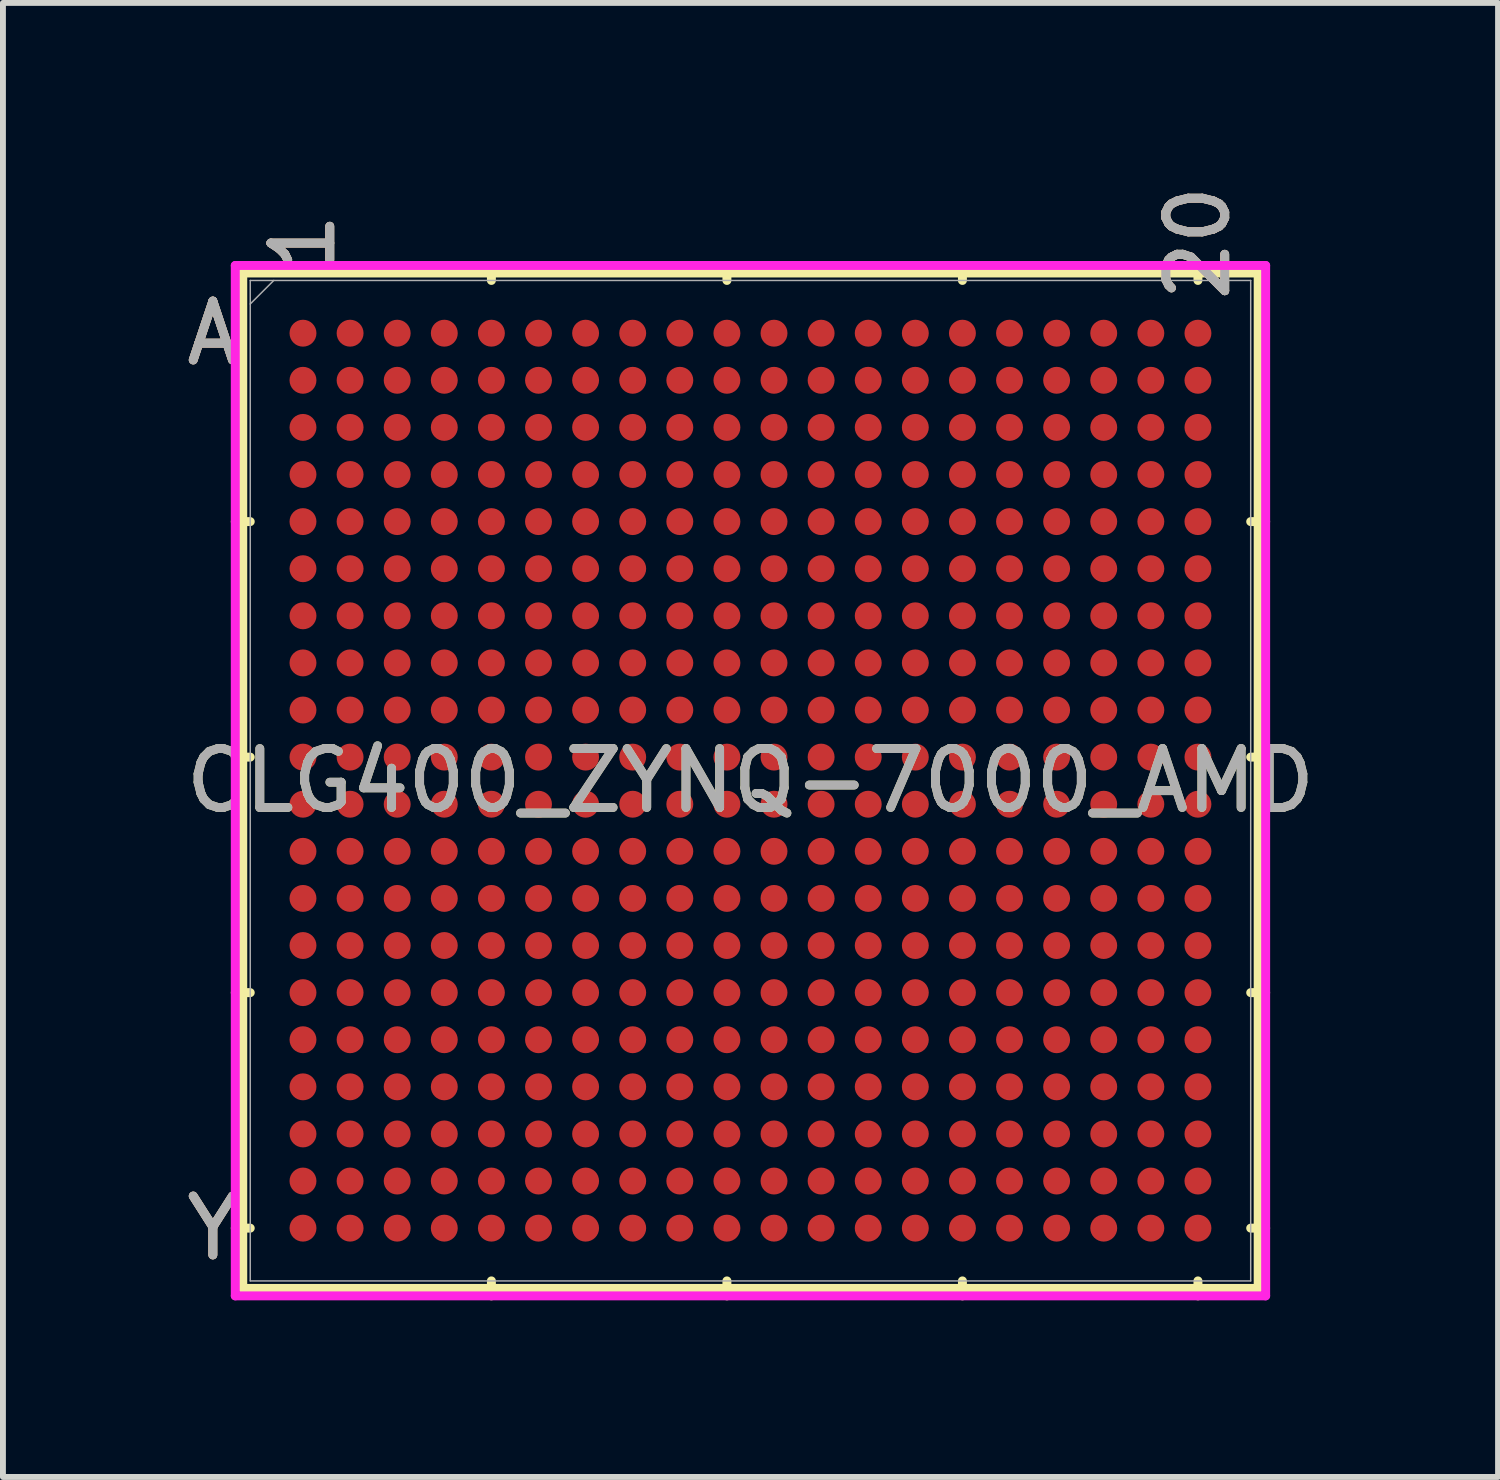
<source format=kicad_pcb>
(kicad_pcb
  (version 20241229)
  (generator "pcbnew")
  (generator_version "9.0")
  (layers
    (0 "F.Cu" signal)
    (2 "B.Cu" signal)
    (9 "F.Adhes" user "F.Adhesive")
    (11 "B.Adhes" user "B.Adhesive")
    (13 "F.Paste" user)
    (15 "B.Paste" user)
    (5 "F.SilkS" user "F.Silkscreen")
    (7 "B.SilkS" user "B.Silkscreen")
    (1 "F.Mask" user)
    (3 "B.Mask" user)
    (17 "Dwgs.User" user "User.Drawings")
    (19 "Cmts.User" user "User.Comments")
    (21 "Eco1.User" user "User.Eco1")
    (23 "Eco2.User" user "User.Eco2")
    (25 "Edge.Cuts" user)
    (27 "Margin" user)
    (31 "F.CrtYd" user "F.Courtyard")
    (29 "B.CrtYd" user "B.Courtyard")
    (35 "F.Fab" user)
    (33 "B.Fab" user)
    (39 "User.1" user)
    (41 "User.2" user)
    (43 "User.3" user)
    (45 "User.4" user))
  (footprint "CLG400_ZYNQ-7000_AMD"
    (layer "F.Cu")
    (at 9.696 10.209)
    (property "Reference" "CLG400_ZYNQ-7000_AMD" (at 0 0 0) (unlocked yes) (layer "F.SilkS") (effects (font (size 1 1) (thickness 0.15))))
    (attr smd)
    (fp_line (start -8.623 -8.623) (end -8.623 8.623) (stroke (width 0.152) (type solid)) (layer "F.SilkS"))
    (fp_line (start -8.623 8.623) (end 8.623 8.623) (stroke (width 0.152) (type solid)) (layer "F.SilkS"))
    (fp_line (start -8.496 -4.4) (end -8.75 -4.4) (stroke (width 0.152) (type solid)) (layer "F.SilkS"))
    (fp_line (start -8.496 -0.4) (end -8.75 -0.4) (stroke (width 0.152) (type solid)) (layer "F.SilkS"))
    (fp_line (start -8.496 3.6) (end -8.75 3.6) (stroke (width 0.152) (type solid)) (layer "F.SilkS"))
    (fp_line (start -8.496 7.6) (end -8.75 7.6) (stroke (width 0.152) (type solid)) (layer "F.SilkS"))
    (fp_line (start -4.4 -8.496) (end -4.4 -8.75) (stroke (width 0.152) (type solid)) (layer "F.SilkS"))
    (fp_line (start -4.4 8.496) (end -4.4 8.75) (stroke (width 0.152) (type solid)) (layer "F.SilkS"))
    (fp_line (start -0.4 -8.496) (end -0.4 -8.75) (stroke (width 0.152) (type solid)) (layer "F.SilkS"))
    (fp_line (start -0.4 8.496) (end -0.4 8.75) (stroke (width 0.152) (type solid)) (layer "F.SilkS"))
    (fp_line (start 3.6 -8.496) (end 3.6 -8.75) (stroke (width 0.152) (type solid)) (layer "F.SilkS"))
    (fp_line (start 3.6 8.496) (end 3.6 8.75) (stroke (width 0.152) (type solid)) (layer "F.SilkS"))
    (fp_line (start 7.6 -8.496) (end 7.6 -8.75) (stroke (width 0.152) (type solid)) (layer "F.SilkS"))
    (fp_line (start 7.6 8.496) (end 7.6 8.75) (stroke (width 0.152) (type solid)) (layer "F.SilkS"))
    (fp_line (start 8.496 -4.4) (end 8.75 -4.4) (stroke (width 0.152) (type solid)) (layer "F.SilkS"))
    (fp_line (start 8.496 -0.4) (end 8.75 -0.4) (stroke (width 0.152) (type solid)) (layer "F.SilkS"))
    (fp_line (start 8.496 3.6) (end 8.75 3.6) (stroke (width 0.152) (type solid)) (layer "F.SilkS"))
    (fp_line (start 8.496 7.6) (end 8.75 7.6) (stroke (width 0.152) (type solid)) (layer "F.SilkS"))
    (fp_line (start 8.623 -8.623) (end -8.623 -8.623) (stroke (width 0.152) (type solid)) (layer "F.SilkS"))
    (fp_line (start 8.623 8.623) (end 8.623 -8.623) (stroke (width 0.152) (type solid)) (layer "F.SilkS"))
    (fp_poly (pts (xy -8.444 -8.444) (xy 8.444 -8.444) (xy 8.444 8.444) (xy -8.444 8.444)) (stroke (width 0.1) (type solid)) (fill no) (layer "Eco2.User"))
    (fp_line (start -8.75 -8.75) (end 8.75 -8.75) (stroke (width 0.152) (type solid)) (layer "F.CrtYd"))
    (fp_line (start -8.75 8.75) (end -8.75 -8.75) (stroke (width 0.152) (type solid)) (layer "F.CrtYd"))
    (fp_line (start 8.75 -8.75) (end 8.75 8.75) (stroke (width 0.152) (type solid)) (layer "F.CrtYd"))
    (fp_line (start 8.75 8.75) (end -8.75 8.75) (stroke (width 0.152) (type solid)) (layer "F.CrtYd"))
    (fp_line (start -8.496 -8.496) (end -8.496 8.496) (stroke (width 0.025) (type solid)) (layer "F.Fab"))
    (fp_line (start -8.496 8.496) (end 8.496 8.496) (stroke (width 0.025) (type solid)) (layer "F.Fab"))
    (fp_line (start -8.096 -8.496) (end -8.496 -8.096) (stroke (width 0.025) (type solid)) (layer "F.Fab"))
    (fp_line (start 8.496 -8.496) (end -8.496 -8.496) (stroke (width 0.025) (type solid)) (layer "F.Fab"))
    (fp_line (start 8.496 8.496) (end 8.496 -8.496) (stroke (width 0.025) (type solid)) (layer "F.Fab"))
    (fp_text user "20" (at 7.6 -9.131 90) (unlocked yes) (layer "F.SilkS") (effects (font (size 1 1) (thickness 0.15))))
    (fp_text user "A" (at -9.131 -7.6 0) (unlocked yes) (layer "F.SilkS") (effects (font (size 1 1) (thickness 0.15))))
    (fp_text user "Y" (at -9.131 7.6 0) (unlocked yes) (layer "F.SilkS") (effects (font (size 1 1) (thickness 0.15))))
    (fp_text user "1" (at -7.6 -9.131 90) (unlocked yes) (layer "F.SilkS") (effects (font (size 1 1) (thickness 0.15))))
    (fp_text user "Y" (at -9.131 7.6 0) (unlocked yes) (layer "B.SilkS") (effects (font (size 1 1) (thickness 0.15))))
    (fp_text user "A" (at -9.131 -7.6 0) (unlocked yes) (layer "B.SilkS") (effects (font (size 1 1) (thickness 0.15))))
    (fp_text user "1" (at -7.6 -9.131 90) (unlocked yes) (layer "B.SilkS") (effects (font (size 1 1) (thickness 0.15))))
    (fp_text user "20" (at 7.6 -9.131 90) (unlocked yes) (layer "B.SilkS") (effects (font (size 1 1) (thickness 0.15))))
    (fp_text user "Y" (at -9.131 7.6 0) (unlocked yes) (layer "F.Fab") (effects (font (size 1 1) (thickness 0.15))))
    (fp_text user "${REFERENCE}" (at 0 0 0) (unlocked yes) (layer "F.Fab") (effects (font (size 1 1) (thickness 0.15))))
    (fp_text user "1" (at -7.6 -9.131 90) (unlocked yes) (layer "F.Fab") (effects (font (size 1 1) (thickness 0.15))))
    (fp_text user "20" (at 7.6 -9.131 90) (unlocked yes) (layer "F.Fab") (effects (font (size 1 1) (thickness 0.15))))
    (fp_text user "A" (at -9.131 -7.6 0) (unlocked yes) (layer "F.Fab") (effects (font (size 1 1) (thickness 0.15))))
    (pad "A1" smd circle (at -7.6 -7.6) (size 0.457 0.457) (layers "F.Cu" "F.Mask" "F.Paste"))
    (pad "A2" smd circle (at -6.8 -7.6) (size 0.457 0.457) (layers "F.Cu" "F.Mask" "F.Paste"))
    (pad "A3" smd circle (at -6 -7.6) (size 0.457 0.457) (layers "F.Cu" "F.Mask" "F.Paste"))
    (pad "A4" smd circle (at -5.2 -7.6) (size 0.457 0.457) (layers "F.Cu" "F.Mask" "F.Paste"))
    (pad "A5" smd circle (at -4.4 -7.6) (size 0.457 0.457) (layers "F.Cu" "F.Mask" "F.Paste"))
    (pad "A6" smd circle (at -3.6 -7.6) (size 0.457 0.457) (layers "F.Cu" "F.Mask" "F.Paste"))
    (pad "A7" smd circle (at -2.8 -7.6) (size 0.457 0.457) (layers "F.Cu" "F.Mask" "F.Paste"))
    (pad "A8" smd circle (at -2 -7.6) (size 0.457 0.457) (layers "F.Cu" "F.Mask" "F.Paste"))
    (pad "A9" smd circle (at -1.2 -7.6) (size 0.457 0.457) (layers "F.Cu" "F.Mask" "F.Paste"))
    (pad "A10" smd circle (at -0.4 -7.6) (size 0.457 0.457) (layers "F.Cu" "F.Mask" "F.Paste"))
    (pad "A11" smd circle (at 0.4 -7.6) (size 0.457 0.457) (layers "F.Cu" "F.Mask" "F.Paste"))
    (pad "A12" smd circle (at 1.2 -7.6) (size 0.457 0.457) (layers "F.Cu" "F.Mask" "F.Paste"))
    (pad "A13" smd circle (at 2 -7.6) (size 0.457 0.457) (layers "F.Cu" "F.Mask" "F.Paste"))
    (pad "A14" smd circle (at 2.8 -7.6) (size 0.457 0.457) (layers "F.Cu" "F.Mask" "F.Paste"))
    (pad "A15" smd circle (at 3.6 -7.6) (size 0.457 0.457) (layers "F.Cu" "F.Mask" "F.Paste"))
    (pad "A16" smd circle (at 4.4 -7.6) (size 0.457 0.457) (layers "F.Cu" "F.Mask" "F.Paste"))
    (pad "A17" smd circle (at 5.2 -7.6) (size 0.457 0.457) (layers "F.Cu" "F.Mask" "F.Paste"))
    (pad "A18" smd circle (at 6 -7.6) (size 0.457 0.457) (layers "F.Cu" "F.Mask" "F.Paste"))
    (pad "A19" smd circle (at 6.8 -7.6) (size 0.457 0.457) (layers "F.Cu" "F.Mask" "F.Paste"))
    (pad "A20" smd circle (at 7.6 -7.6) (size 0.457 0.457) (layers "F.Cu" "F.Mask" "F.Paste"))
    (pad "B1" smd circle (at -7.6 -6.8) (size 0.457 0.457) (layers "F.Cu" "F.Mask" "F.Paste"))
    (pad "B2" smd circle (at -6.8 -6.8) (size 0.457 0.457) (layers "F.Cu" "F.Mask" "F.Paste"))
    (pad "B3" smd circle (at -6 -6.8) (size 0.457 0.457) (layers "F.Cu" "F.Mask" "F.Paste"))
    (pad "B4" smd circle (at -5.2 -6.8) (size 0.457 0.457) (layers "F.Cu" "F.Mask" "F.Paste"))
    (pad "B5" smd circle (at -4.4 -6.8) (size 0.457 0.457) (layers "F.Cu" "F.Mask" "F.Paste"))
    (pad "B6" smd circle (at -3.6 -6.8) (size 0.457 0.457) (layers "F.Cu" "F.Mask" "F.Paste"))
    (pad "B7" smd circle (at -2.8 -6.8) (size 0.457 0.457) (layers "F.Cu" "F.Mask" "F.Paste"))
    (pad "B8" smd circle (at -2 -6.8) (size 0.457 0.457) (layers "F.Cu" "F.Mask" "F.Paste"))
    (pad "B9" smd circle (at -1.2 -6.8) (size 0.457 0.457) (layers "F.Cu" "F.Mask" "F.Paste"))
    (pad "B10" smd circle (at -0.4 -6.8) (size 0.457 0.457) (layers "F.Cu" "F.Mask" "F.Paste"))
    (pad "B11" smd circle (at 0.4 -6.8) (size 0.457 0.457) (layers "F.Cu" "F.Mask" "F.Paste"))
    (pad "B12" smd circle (at 1.2 -6.8) (size 0.457 0.457) (layers "F.Cu" "F.Mask" "F.Paste"))
    (pad "B13" smd circle (at 2 -6.8) (size 0.457 0.457) (layers "F.Cu" "F.Mask" "F.Paste"))
    (pad "B14" smd circle (at 2.8 -6.8) (size 0.457 0.457) (layers "F.Cu" "F.Mask" "F.Paste"))
    (pad "B15" smd circle (at 3.6 -6.8) (size 0.457 0.457) (layers "F.Cu" "F.Mask" "F.Paste"))
    (pad "B16" smd circle (at 4.4 -6.8) (size 0.457 0.457) (layers "F.Cu" "F.Mask" "F.Paste"))
    (pad "B17" smd circle (at 5.2 -6.8) (size 0.457 0.457) (layers "F.Cu" "F.Mask" "F.Paste"))
    (pad "B18" smd circle (at 6 -6.8) (size 0.457 0.457) (layers "F.Cu" "F.Mask" "F.Paste"))
    (pad "B19" smd circle (at 6.8 -6.8) (size 0.457 0.457) (layers "F.Cu" "F.Mask" "F.Paste"))
    (pad "B20" smd circle (at 7.6 -6.8) (size 0.457 0.457) (layers "F.Cu" "F.Mask" "F.Paste"))
    (pad "C1" smd circle (at -7.6 -6) (size 0.457 0.457) (layers "F.Cu" "F.Mask" "F.Paste"))
    (pad "C2" smd circle (at -6.8 -6) (size 0.457 0.457) (layers "F.Cu" "F.Mask" "F.Paste"))
    (pad "C3" smd circle (at -6 -6) (size 0.457 0.457) (layers "F.Cu" "F.Mask" "F.Paste"))
    (pad "C4" smd circle (at -5.2 -6) (size 0.457 0.457) (layers "F.Cu" "F.Mask" "F.Paste"))
    (pad "C5" smd circle (at -4.4 -6) (size 0.457 0.457) (layers "F.Cu" "F.Mask" "F.Paste"))
    (pad "C6" smd circle (at -3.6 -6) (size 0.457 0.457) (layers "F.Cu" "F.Mask" "F.Paste"))
    (pad "C7" smd circle (at -2.8 -6) (size 0.457 0.457) (layers "F.Cu" "F.Mask" "F.Paste"))
    (pad "C8" smd circle (at -2 -6) (size 0.457 0.457) (layers "F.Cu" "F.Mask" "F.Paste"))
    (pad "C9" smd circle (at -1.2 -6) (size 0.457 0.457) (layers "F.Cu" "F.Mask" "F.Paste"))
    (pad "C10" smd circle (at -0.4 -6) (size 0.457 0.457) (layers "F.Cu" "F.Mask" "F.Paste"))
    (pad "C11" smd circle (at 0.4 -6) (size 0.457 0.457) (layers "F.Cu" "F.Mask" "F.Paste"))
    (pad "C12" smd circle (at 1.2 -6) (size 0.457 0.457) (layers "F.Cu" "F.Mask" "F.Paste"))
    (pad "C13" smd circle (at 2 -6) (size 0.457 0.457) (layers "F.Cu" "F.Mask" "F.Paste"))
    (pad "C14" smd circle (at 2.8 -6) (size 0.457 0.457) (layers "F.Cu" "F.Mask" "F.Paste"))
    (pad "C15" smd circle (at 3.6 -6) (size 0.457 0.457) (layers "F.Cu" "F.Mask" "F.Paste"))
    (pad "C16" smd circle (at 4.4 -6) (size 0.457 0.457) (layers "F.Cu" "F.Mask" "F.Paste"))
    (pad "C17" smd circle (at 5.2 -6) (size 0.457 0.457) (layers "F.Cu" "F.Mask" "F.Paste"))
    (pad "C18" smd circle (at 6 -6) (size 0.457 0.457) (layers "F.Cu" "F.Mask" "F.Paste"))
    (pad "C19" smd circle (at 6.8 -6) (size 0.457 0.457) (layers "F.Cu" "F.Mask" "F.Paste"))
    (pad "C20" smd circle (at 7.6 -6) (size 0.457 0.457) (layers "F.Cu" "F.Mask" "F.Paste"))
    (pad "D1" smd circle (at -7.6 -5.2) (size 0.457 0.457) (layers "F.Cu" "F.Mask" "F.Paste"))
    (pad "D2" smd circle (at -6.8 -5.2) (size 0.457 0.457) (layers "F.Cu" "F.Mask" "F.Paste"))
    (pad "D3" smd circle (at -6 -5.2) (size 0.457 0.457) (layers "F.Cu" "F.Mask" "F.Paste"))
    (pad "D4" smd circle (at -5.2 -5.2) (size 0.457 0.457) (layers "F.Cu" "F.Mask" "F.Paste"))
    (pad "D5" smd circle (at -4.4 -5.2) (size 0.457 0.457) (layers "F.Cu" "F.Mask" "F.Paste"))
    (pad "D6" smd circle (at -3.6 -5.2) (size 0.457 0.457) (layers "F.Cu" "F.Mask" "F.Paste"))
    (pad "D7" smd circle (at -2.8 -5.2) (size 0.457 0.457) (layers "F.Cu" "F.Mask" "F.Paste"))
    (pad "D8" smd circle (at -2 -5.2) (size 0.457 0.457) (layers "F.Cu" "F.Mask" "F.Paste"))
    (pad "D9" smd circle (at -1.2 -5.2) (size 0.457 0.457) (layers "F.Cu" "F.Mask" "F.Paste"))
    (pad "D10" smd circle (at -0.4 -5.2) (size 0.457 0.457) (layers "F.Cu" "F.Mask" "F.Paste"))
    (pad "D11" smd circle (at 0.4 -5.2) (size 0.457 0.457) (layers "F.Cu" "F.Mask" "F.Paste"))
    (pad "D12" smd circle (at 1.2 -5.2) (size 0.457 0.457) (layers "F.Cu" "F.Mask" "F.Paste"))
    (pad "D13" smd circle (at 2 -5.2) (size 0.457 0.457) (layers "F.Cu" "F.Mask" "F.Paste"))
    (pad "D14" smd circle (at 2.8 -5.2) (size 0.457 0.457) (layers "F.Cu" "F.Mask" "F.Paste"))
    (pad "D15" smd circle (at 3.6 -5.2) (size 0.457 0.457) (layers "F.Cu" "F.Mask" "F.Paste"))
    (pad "D16" smd circle (at 4.4 -5.2) (size 0.457 0.457) (layers "F.Cu" "F.Mask" "F.Paste"))
    (pad "D17" smd circle (at 5.2 -5.2) (size 0.457 0.457) (layers "F.Cu" "F.Mask" "F.Paste"))
    (pad "D18" smd circle (at 6 -5.2) (size 0.457 0.457) (layers "F.Cu" "F.Mask" "F.Paste"))
    (pad "D19" smd circle (at 6.8 -5.2) (size 0.457 0.457) (layers "F.Cu" "F.Mask" "F.Paste"))
    (pad "D20" smd circle (at 7.6 -5.2) (size 0.457 0.457) (layers "F.Cu" "F.Mask" "F.Paste"))
    (pad "E1" smd circle (at -7.6 -4.4) (size 0.457 0.457) (layers "F.Cu" "F.Mask" "F.Paste"))
    (pad "E2" smd circle (at -6.8 -4.4) (size 0.457 0.457) (layers "F.Cu" "F.Mask" "F.Paste"))
    (pad "E3" smd circle (at -6 -4.4) (size 0.457 0.457) (layers "F.Cu" "F.Mask" "F.Paste"))
    (pad "E4" smd circle (at -5.2 -4.4) (size 0.457 0.457) (layers "F.Cu" "F.Mask" "F.Paste"))
    (pad "E5" smd circle (at -4.4 -4.4) (size 0.457 0.457) (layers "F.Cu" "F.Mask" "F.Paste"))
    (pad "E6" smd circle (at -3.6 -4.4) (size 0.457 0.457) (layers "F.Cu" "F.Mask" "F.Paste"))
    (pad "E7" smd circle (at -2.8 -4.4) (size 0.457 0.457) (layers "F.Cu" "F.Mask" "F.Paste"))
    (pad "E8" smd circle (at -2 -4.4) (size 0.457 0.457) (layers "F.Cu" "F.Mask" "F.Paste"))
    (pad "E9" smd circle (at -1.2 -4.4) (size 0.457 0.457) (layers "F.Cu" "F.Mask" "F.Paste"))
    (pad "E10" smd circle (at -0.4 -4.4) (size 0.457 0.457) (layers "F.Cu" "F.Mask" "F.Paste"))
    (pad "E11" smd circle (at 0.4 -4.4) (size 0.457 0.457) (layers "F.Cu" "F.Mask" "F.Paste"))
    (pad "E12" smd circle (at 1.2 -4.4) (size 0.457 0.457) (layers "F.Cu" "F.Mask" "F.Paste"))
    (pad "E13" smd circle (at 2 -4.4) (size 0.457 0.457) (layers "F.Cu" "F.Mask" "F.Paste"))
    (pad "E14" smd circle (at 2.8 -4.4) (size 0.457 0.457) (layers "F.Cu" "F.Mask" "F.Paste"))
    (pad "E15" smd circle (at 3.6 -4.4) (size 0.457 0.457) (layers "F.Cu" "F.Mask" "F.Paste"))
    (pad "E16" smd circle (at 4.4 -4.4) (size 0.457 0.457) (layers "F.Cu" "F.Mask" "F.Paste"))
    (pad "E17" smd circle (at 5.2 -4.4) (size 0.457 0.457) (layers "F.Cu" "F.Mask" "F.Paste"))
    (pad "E18" smd circle (at 6 -4.4) (size 0.457 0.457) (layers "F.Cu" "F.Mask" "F.Paste"))
    (pad "E19" smd circle (at 6.8 -4.4) (size 0.457 0.457) (layers "F.Cu" "F.Mask" "F.Paste"))
    (pad "E20" smd circle (at 7.6 -4.4) (size 0.457 0.457) (layers "F.Cu" "F.Mask" "F.Paste"))
    (pad "F1" smd circle (at -7.6 -3.6) (size 0.457 0.457) (layers "F.Cu" "F.Mask" "F.Paste"))
    (pad "F2" smd circle (at -6.8 -3.6) (size 0.457 0.457) (layers "F.Cu" "F.Mask" "F.Paste"))
    (pad "F3" smd circle (at -6 -3.6) (size 0.457 0.457) (layers "F.Cu" "F.Mask" "F.Paste"))
    (pad "F4" smd circle (at -5.2 -3.6) (size 0.457 0.457) (layers "F.Cu" "F.Mask" "F.Paste"))
    (pad "F5" smd circle (at -4.4 -3.6) (size 0.457 0.457) (layers "F.Cu" "F.Mask" "F.Paste"))
    (pad "F6" smd circle (at -3.6 -3.6) (size 0.457 0.457) (layers "F.Cu" "F.Mask" "F.Paste"))
    (pad "F7" smd circle (at -2.8 -3.6) (size 0.457 0.457) (layers "F.Cu" "F.Mask" "F.Paste"))
    (pad "F8" smd circle (at -2 -3.6) (size 0.457 0.457) (layers "F.Cu" "F.Mask" "F.Paste"))
    (pad "F9" smd circle (at -1.2 -3.6) (size 0.457 0.457) (layers "F.Cu" "F.Mask" "F.Paste"))
    (pad "F10" smd circle (at -0.4 -3.6) (size 0.457 0.457) (layers "F.Cu" "F.Mask" "F.Paste"))
    (pad "F11" smd circle (at 0.4 -3.6) (size 0.457 0.457) (layers "F.Cu" "F.Mask" "F.Paste"))
    (pad "F12" smd circle (at 1.2 -3.6) (size 0.457 0.457) (layers "F.Cu" "F.Mask" "F.Paste"))
    (pad "F13" smd circle (at 2 -3.6) (size 0.457 0.457) (layers "F.Cu" "F.Mask" "F.Paste"))
    (pad "F14" smd circle (at 2.8 -3.6) (size 0.457 0.457) (layers "F.Cu" "F.Mask" "F.Paste"))
    (pad "F15" smd circle (at 3.6 -3.6) (size 0.457 0.457) (layers "F.Cu" "F.Mask" "F.Paste"))
    (pad "F16" smd circle (at 4.4 -3.6) (size 0.457 0.457) (layers "F.Cu" "F.Mask" "F.Paste"))
    (pad "F17" smd circle (at 5.2 -3.6) (size 0.457 0.457) (layers "F.Cu" "F.Mask" "F.Paste"))
    (pad "F18" smd circle (at 6 -3.6) (size 0.457 0.457) (layers "F.Cu" "F.Mask" "F.Paste"))
    (pad "F19" smd circle (at 6.8 -3.6) (size 0.457 0.457) (layers "F.Cu" "F.Mask" "F.Paste"))
    (pad "F20" smd circle (at 7.6 -3.6) (size 0.457 0.457) (layers "F.Cu" "F.Mask" "F.Paste"))
    (pad "G1" smd circle (at -7.6 -2.8) (size 0.457 0.457) (layers "F.Cu" "F.Mask" "F.Paste"))
    (pad "G2" smd circle (at -6.8 -2.8) (size 0.457 0.457) (layers "F.Cu" "F.Mask" "F.Paste"))
    (pad "G3" smd circle (at -6 -2.8) (size 0.457 0.457) (layers "F.Cu" "F.Mask" "F.Paste"))
    (pad "G4" smd circle (at -5.2 -2.8) (size 0.457 0.457) (layers "F.Cu" "F.Mask" "F.Paste"))
    (pad "G5" smd circle (at -4.4 -2.8) (size 0.457 0.457) (layers "F.Cu" "F.Mask" "F.Paste"))
    (pad "G6" smd circle (at -3.6 -2.8) (size 0.457 0.457) (layers "F.Cu" "F.Mask" "F.Paste"))
    (pad "G7" smd circle (at -2.8 -2.8) (size 0.457 0.457) (layers "F.Cu" "F.Mask" "F.Paste"))
    (pad "G8" smd circle (at -2 -2.8) (size 0.457 0.457) (layers "F.Cu" "F.Mask" "F.Paste"))
    (pad "G9" smd circle (at -1.2 -2.8) (size 0.457 0.457) (layers "F.Cu" "F.Mask" "F.Paste"))
    (pad "G10" smd circle (at -0.4 -2.8) (size 0.457 0.457) (layers "F.Cu" "F.Mask" "F.Paste"))
    (pad "G11" smd circle (at 0.4 -2.8) (size 0.457 0.457) (layers "F.Cu" "F.Mask" "F.Paste"))
    (pad "G12" smd circle (at 1.2 -2.8) (size 0.457 0.457) (layers "F.Cu" "F.Mask" "F.Paste"))
    (pad "G13" smd circle (at 2 -2.8) (size 0.457 0.457) (layers "F.Cu" "F.Mask" "F.Paste"))
    (pad "G14" smd circle (at 2.8 -2.8) (size 0.457 0.457) (layers "F.Cu" "F.Mask" "F.Paste"))
    (pad "G15" smd circle (at 3.6 -2.8) (size 0.457 0.457) (layers "F.Cu" "F.Mask" "F.Paste"))
    (pad "G16" smd circle (at 4.4 -2.8) (size 0.457 0.457) (layers "F.Cu" "F.Mask" "F.Paste"))
    (pad "G17" smd circle (at 5.2 -2.8) (size 0.457 0.457) (layers "F.Cu" "F.Mask" "F.Paste"))
    (pad "G18" smd circle (at 6 -2.8) (size 0.457 0.457) (layers "F.Cu" "F.Mask" "F.Paste"))
    (pad "G19" smd circle (at 6.8 -2.8) (size 0.457 0.457) (layers "F.Cu" "F.Mask" "F.Paste"))
    (pad "G20" smd circle (at 7.6 -2.8) (size 0.457 0.457) (layers "F.Cu" "F.Mask" "F.Paste"))
    (pad "H1" smd circle (at -7.6 -2) (size 0.457 0.457) (layers "F.Cu" "F.Mask" "F.Paste"))
    (pad "H2" smd circle (at -6.8 -2) (size 0.457 0.457) (layers "F.Cu" "F.Mask" "F.Paste"))
    (pad "H3" smd circle (at -6 -2) (size 0.457 0.457) (layers "F.Cu" "F.Mask" "F.Paste"))
    (pad "H4" smd circle (at -5.2 -2) (size 0.457 0.457) (layers "F.Cu" "F.Mask" "F.Paste"))
    (pad "H5" smd circle (at -4.4 -2) (size 0.457 0.457) (layers "F.Cu" "F.Mask" "F.Paste"))
    (pad "H6" smd circle (at -3.6 -2) (size 0.457 0.457) (layers "F.Cu" "F.Mask" "F.Paste"))
    (pad "H7" smd circle (at -2.8 -2) (size 0.457 0.457) (layers "F.Cu" "F.Mask" "F.Paste"))
    (pad "H8" smd circle (at -2 -2) (size 0.457 0.457) (layers "F.Cu" "F.Mask" "F.Paste"))
    (pad "H9" smd circle (at -1.2 -2) (size 0.457 0.457) (layers "F.Cu" "F.Mask" "F.Paste"))
    (pad "H10" smd circle (at -0.4 -2) (size 0.457 0.457) (layers "F.Cu" "F.Mask" "F.Paste"))
    (pad "H11" smd circle (at 0.4 -2) (size 0.457 0.457) (layers "F.Cu" "F.Mask" "F.Paste"))
    (pad "H12" smd circle (at 1.2 -2) (size 0.457 0.457) (layers "F.Cu" "F.Mask" "F.Paste"))
    (pad "H13" smd circle (at 2 -2) (size 0.457 0.457) (layers "F.Cu" "F.Mask" "F.Paste"))
    (pad "H14" smd circle (at 2.8 -2) (size 0.457 0.457) (layers "F.Cu" "F.Mask" "F.Paste"))
    (pad "H15" smd circle (at 3.6 -2) (size 0.457 0.457) (layers "F.Cu" "F.Mask" "F.Paste"))
    (pad "H16" smd circle (at 4.4 -2) (size 0.457 0.457) (layers "F.Cu" "F.Mask" "F.Paste"))
    (pad "H17" smd circle (at 5.2 -2) (size 0.457 0.457) (layers "F.Cu" "F.Mask" "F.Paste"))
    (pad "H18" smd circle (at 6 -2) (size 0.457 0.457) (layers "F.Cu" "F.Mask" "F.Paste"))
    (pad "H19" smd circle (at 6.8 -2) (size 0.457 0.457) (layers "F.Cu" "F.Mask" "F.Paste"))
    (pad "H20" smd circle (at 7.6 -2) (size 0.457 0.457) (layers "F.Cu" "F.Mask" "F.Paste"))
    (pad "J1" smd circle (at -7.6 -1.2) (size 0.457 0.457) (layers "F.Cu" "F.Mask" "F.Paste"))
    (pad "J2" smd circle (at -6.8 -1.2) (size 0.457 0.457) (layers "F.Cu" "F.Mask" "F.Paste"))
    (pad "J3" smd circle (at -6 -1.2) (size 0.457 0.457) (layers "F.Cu" "F.Mask" "F.Paste"))
    (pad "J4" smd circle (at -5.2 -1.2) (size 0.457 0.457) (layers "F.Cu" "F.Mask" "F.Paste"))
    (pad "J5" smd circle (at -4.4 -1.2) (size 0.457 0.457) (layers "F.Cu" "F.Mask" "F.Paste"))
    (pad "J6" smd circle (at -3.6 -1.2) (size 0.457 0.457) (layers "F.Cu" "F.Mask" "F.Paste"))
    (pad "J7" smd circle (at -2.8 -1.2) (size 0.457 0.457) (layers "F.Cu" "F.Mask" "F.Paste"))
    (pad "J8" smd circle (at -2 -1.2) (size 0.457 0.457) (layers "F.Cu" "F.Mask" "F.Paste"))
    (pad "J9" smd circle (at -1.2 -1.2) (size 0.457 0.457) (layers "F.Cu" "F.Mask" "F.Paste"))
    (pad "J10" smd circle (at -0.4 -1.2) (size 0.457 0.457) (layers "F.Cu" "F.Mask" "F.Paste"))
    (pad "J11" smd circle (at 0.4 -1.2) (size 0.457 0.457) (layers "F.Cu" "F.Mask" "F.Paste"))
    (pad "J12" smd circle (at 1.2 -1.2) (size 0.457 0.457) (layers "F.Cu" "F.Mask" "F.Paste"))
    (pad "J13" smd circle (at 2 -1.2) (size 0.457 0.457) (layers "F.Cu" "F.Mask" "F.Paste"))
    (pad "J14" smd circle (at 2.8 -1.2) (size 0.457 0.457) (layers "F.Cu" "F.Mask" "F.Paste"))
    (pad "J15" smd circle (at 3.6 -1.2) (size 0.457 0.457) (layers "F.Cu" "F.Mask" "F.Paste"))
    (pad "J16" smd circle (at 4.4 -1.2) (size 0.457 0.457) (layers "F.Cu" "F.Mask" "F.Paste"))
    (pad "J17" smd circle (at 5.2 -1.2) (size 0.457 0.457) (layers "F.Cu" "F.Mask" "F.Paste"))
    (pad "J18" smd circle (at 6 -1.2) (size 0.457 0.457) (layers "F.Cu" "F.Mask" "F.Paste"))
    (pad "J19" smd circle (at 6.8 -1.2) (size 0.457 0.457) (layers "F.Cu" "F.Mask" "F.Paste"))
    (pad "J20" smd circle (at 7.6 -1.2) (size 0.457 0.457) (layers "F.Cu" "F.Mask" "F.Paste"))
    (pad "K1" smd circle (at -7.6 -0.4) (size 0.457 0.457) (layers "F.Cu" "F.Mask" "F.Paste"))
    (pad "K2" smd circle (at -6.8 -0.4) (size 0.457 0.457) (layers "F.Cu" "F.Mask" "F.Paste"))
    (pad "K3" smd circle (at -6 -0.4) (size 0.457 0.457) (layers "F.Cu" "F.Mask" "F.Paste"))
    (pad "K4" smd circle (at -5.2 -0.4) (size 0.457 0.457) (layers "F.Cu" "F.Mask" "F.Paste"))
    (pad "K5" smd circle (at -4.4 -0.4) (size 0.457 0.457) (layers "F.Cu" "F.Mask" "F.Paste"))
    (pad "K6" smd circle (at -3.6 -0.4) (size 0.457 0.457) (layers "F.Cu" "F.Mask" "F.Paste"))
    (pad "K7" smd circle (at -2.8 -0.4) (size 0.457 0.457) (layers "F.Cu" "F.Mask" "F.Paste"))
    (pad "K8" smd circle (at -2 -0.4) (size 0.457 0.457) (layers "F.Cu" "F.Mask" "F.Paste"))
    (pad "K9" smd circle (at -1.2 -0.4) (size 0.457 0.457) (layers "F.Cu" "F.Mask" "F.Paste"))
    (pad "K10" smd circle (at -0.4 -0.4) (size 0.457 0.457) (layers "F.Cu" "F.Mask" "F.Paste"))
    (pad "K11" smd circle (at 0.4 -0.4) (size 0.457 0.457) (layers "F.Cu" "F.Mask" "F.Paste"))
    (pad "K12" smd circle (at 1.2 -0.4) (size 0.457 0.457) (layers "F.Cu" "F.Mask" "F.Paste"))
    (pad "K13" smd circle (at 2 -0.4) (size 0.457 0.457) (layers "F.Cu" "F.Mask" "F.Paste"))
    (pad "K14" smd circle (at 2.8 -0.4) (size 0.457 0.457) (layers "F.Cu" "F.Mask" "F.Paste"))
    (pad "K15" smd circle (at 3.6 -0.4) (size 0.457 0.457) (layers "F.Cu" "F.Mask" "F.Paste"))
    (pad "K16" smd circle (at 4.4 -0.4) (size 0.457 0.457) (layers "F.Cu" "F.Mask" "F.Paste"))
    (pad "K17" smd circle (at 5.2 -0.4) (size 0.457 0.457) (layers "F.Cu" "F.Mask" "F.Paste"))
    (pad "K18" smd circle (at 6 -0.4) (size 0.457 0.457) (layers "F.Cu" "F.Mask" "F.Paste"))
    (pad "K19" smd circle (at 6.8 -0.4) (size 0.457 0.457) (layers "F.Cu" "F.Mask" "F.Paste"))
    (pad "K20" smd circle (at 7.6 -0.4) (size 0.457 0.457) (layers "F.Cu" "F.Mask" "F.Paste"))
    (pad "L1" smd circle (at -7.6 0.4) (size 0.457 0.457) (layers "F.Cu" "F.Mask" "F.Paste"))
    (pad "L2" smd circle (at -6.8 0.4) (size 0.457 0.457) (layers "F.Cu" "F.Mask" "F.Paste"))
    (pad "L3" smd circle (at -6 0.4) (size 0.457 0.457) (layers "F.Cu" "F.Mask" "F.Paste"))
    (pad "L4" smd circle (at -5.2 0.4) (size 0.457 0.457) (layers "F.Cu" "F.Mask" "F.Paste"))
    (pad "L5" smd circle (at -4.4 0.4) (size 0.457 0.457) (layers "F.Cu" "F.Mask" "F.Paste"))
    (pad "L6" smd circle (at -3.6 0.4) (size 0.457 0.457) (layers "F.Cu" "F.Mask" "F.Paste"))
    (pad "L7" smd circle (at -2.8 0.4) (size 0.457 0.457) (layers "F.Cu" "F.Mask" "F.Paste"))
    (pad "L8" smd circle (at -2 0.4) (size 0.457 0.457) (layers "F.Cu" "F.Mask" "F.Paste"))
    (pad "L9" smd circle (at -1.2 0.4) (size 0.457 0.457) (layers "F.Cu" "F.Mask" "F.Paste"))
    (pad "L10" smd circle (at -0.4 0.4) (size 0.457 0.457) (layers "F.Cu" "F.Mask" "F.Paste"))
    (pad "L11" smd circle (at 0.4 0.4) (size 0.457 0.457) (layers "F.Cu" "F.Mask" "F.Paste"))
    (pad "L12" smd circle (at 1.2 0.4) (size 0.457 0.457) (layers "F.Cu" "F.Mask" "F.Paste"))
    (pad "L13" smd circle (at 2 0.4) (size 0.457 0.457) (layers "F.Cu" "F.Mask" "F.Paste"))
    (pad "L14" smd circle (at 2.8 0.4) (size 0.457 0.457) (layers "F.Cu" "F.Mask" "F.Paste"))
    (pad "L15" smd circle (at 3.6 0.4) (size 0.457 0.457) (layers "F.Cu" "F.Mask" "F.Paste"))
    (pad "L16" smd circle (at 4.4 0.4) (size 0.457 0.457) (layers "F.Cu" "F.Mask" "F.Paste"))
    (pad "L17" smd circle (at 5.2 0.4) (size 0.457 0.457) (layers "F.Cu" "F.Mask" "F.Paste"))
    (pad "L18" smd circle (at 6 0.4) (size 0.457 0.457) (layers "F.Cu" "F.Mask" "F.Paste"))
    (pad "L19" smd circle (at 6.8 0.4) (size 0.457 0.457) (layers "F.Cu" "F.Mask" "F.Paste"))
    (pad "L20" smd circle (at 7.6 0.4) (size 0.457 0.457) (layers "F.Cu" "F.Mask" "F.Paste"))
    (pad "M1" smd circle (at -7.6 1.2) (size 0.457 0.457) (layers "F.Cu" "F.Mask" "F.Paste"))
    (pad "M2" smd circle (at -6.8 1.2) (size 0.457 0.457) (layers "F.Cu" "F.Mask" "F.Paste"))
    (pad "M3" smd circle (at -6 1.2) (size 0.457 0.457) (layers "F.Cu" "F.Mask" "F.Paste"))
    (pad "M4" smd circle (at -5.2 1.2) (size 0.457 0.457) (layers "F.Cu" "F.Mask" "F.Paste"))
    (pad "M5" smd circle (at -4.4 1.2) (size 0.457 0.457) (layers "F.Cu" "F.Mask" "F.Paste"))
    (pad "M6" smd circle (at -3.6 1.2) (size 0.457 0.457) (layers "F.Cu" "F.Mask" "F.Paste"))
    (pad "M7" smd circle (at -2.8 1.2) (size 0.457 0.457) (layers "F.Cu" "F.Mask" "F.Paste"))
    (pad "M8" smd circle (at -2 1.2) (size 0.457 0.457) (layers "F.Cu" "F.Mask" "F.Paste"))
    (pad "M9" smd circle (at -1.2 1.2) (size 0.457 0.457) (layers "F.Cu" "F.Mask" "F.Paste"))
    (pad "M10" smd circle (at -0.4 1.2) (size 0.457 0.457) (layers "F.Cu" "F.Mask" "F.Paste"))
    (pad "M11" smd circle (at 0.4 1.2) (size 0.457 0.457) (layers "F.Cu" "F.Mask" "F.Paste"))
    (pad "M12" smd circle (at 1.2 1.2) (size 0.457 0.457) (layers "F.Cu" "F.Mask" "F.Paste"))
    (pad "M13" smd circle (at 2 1.2) (size 0.457 0.457) (layers "F.Cu" "F.Mask" "F.Paste"))
    (pad "M14" smd circle (at 2.8 1.2) (size 0.457 0.457) (layers "F.Cu" "F.Mask" "F.Paste"))
    (pad "M15" smd circle (at 3.6 1.2) (size 0.457 0.457) (layers "F.Cu" "F.Mask" "F.Paste"))
    (pad "M16" smd circle (at 4.4 1.2) (size 0.457 0.457) (layers "F.Cu" "F.Mask" "F.Paste"))
    (pad "M17" smd circle (at 5.2 1.2) (size 0.457 0.457) (layers "F.Cu" "F.Mask" "F.Paste"))
    (pad "M18" smd circle (at 6 1.2) (size 0.457 0.457) (layers "F.Cu" "F.Mask" "F.Paste"))
    (pad "M19" smd circle (at 6.8 1.2) (size 0.457 0.457) (layers "F.Cu" "F.Mask" "F.Paste"))
    (pad "M20" smd circle (at 7.6 1.2) (size 0.457 0.457) (layers "F.Cu" "F.Mask" "F.Paste"))
    (pad "N1" smd circle (at -7.6 2) (size 0.457 0.457) (layers "F.Cu" "F.Mask" "F.Paste"))
    (pad "N2" smd circle (at -6.8 2) (size 0.457 0.457) (layers "F.Cu" "F.Mask" "F.Paste"))
    (pad "N3" smd circle (at -6 2) (size 0.457 0.457) (layers "F.Cu" "F.Mask" "F.Paste"))
    (pad "N4" smd circle (at -5.2 2) (size 0.457 0.457) (layers "F.Cu" "F.Mask" "F.Paste"))
    (pad "N5" smd circle (at -4.4 2) (size 0.457 0.457) (layers "F.Cu" "F.Mask" "F.Paste"))
    (pad "N6" smd circle (at -3.6 2) (size 0.457 0.457) (layers "F.Cu" "F.Mask" "F.Paste"))
    (pad "N7" smd circle (at -2.8 2) (size 0.457 0.457) (layers "F.Cu" "F.Mask" "F.Paste"))
    (pad "N8" smd circle (at -2 2) (size 0.457 0.457) (layers "F.Cu" "F.Mask" "F.Paste"))
    (pad "N9" smd circle (at -1.2 2) (size 0.457 0.457) (layers "F.Cu" "F.Mask" "F.Paste"))
    (pad "N10" smd circle (at -0.4 2) (size 0.457 0.457) (layers "F.Cu" "F.Mask" "F.Paste"))
    (pad "N11" smd circle (at 0.4 2) (size 0.457 0.457) (layers "F.Cu" "F.Mask" "F.Paste"))
    (pad "N12" smd circle (at 1.2 2) (size 0.457 0.457) (layers "F.Cu" "F.Mask" "F.Paste"))
    (pad "N13" smd circle (at 2 2) (size 0.457 0.457) (layers "F.Cu" "F.Mask" "F.Paste"))
    (pad "N14" smd circle (at 2.8 2) (size 0.457 0.457) (layers "F.Cu" "F.Mask" "F.Paste"))
    (pad "N15" smd circle (at 3.6 2) (size 0.457 0.457) (layers "F.Cu" "F.Mask" "F.Paste"))
    (pad "N16" smd circle (at 4.4 2) (size 0.457 0.457) (layers "F.Cu" "F.Mask" "F.Paste"))
    (pad "N17" smd circle (at 5.2 2) (size 0.457 0.457) (layers "F.Cu" "F.Mask" "F.Paste"))
    (pad "N18" smd circle (at 6 2) (size 0.457 0.457) (layers "F.Cu" "F.Mask" "F.Paste"))
    (pad "N19" smd circle (at 6.8 2) (size 0.457 0.457) (layers "F.Cu" "F.Mask" "F.Paste"))
    (pad "N20" smd circle (at 7.6 2) (size 0.457 0.457) (layers "F.Cu" "F.Mask" "F.Paste"))
    (pad "P1" smd circle (at -7.6 2.8) (size 0.457 0.457) (layers "F.Cu" "F.Mask" "F.Paste"))
    (pad "P2" smd circle (at -6.8 2.8) (size 0.457 0.457) (layers "F.Cu" "F.Mask" "F.Paste"))
    (pad "P3" smd circle (at -6 2.8) (size 0.457 0.457) (layers "F.Cu" "F.Mask" "F.Paste"))
    (pad "P4" smd circle (at -5.2 2.8) (size 0.457 0.457) (layers "F.Cu" "F.Mask" "F.Paste"))
    (pad "P5" smd circle (at -4.4 2.8) (size 0.457 0.457) (layers "F.Cu" "F.Mask" "F.Paste"))
    (pad "P6" smd circle (at -3.6 2.8) (size 0.457 0.457) (layers "F.Cu" "F.Mask" "F.Paste"))
    (pad "P7" smd circle (at -2.8 2.8) (size 0.457 0.457) (layers "F.Cu" "F.Mask" "F.Paste"))
    (pad "P8" smd circle (at -2 2.8) (size 0.457 0.457) (layers "F.Cu" "F.Mask" "F.Paste"))
    (pad "P9" smd circle (at -1.2 2.8) (size 0.457 0.457) (layers "F.Cu" "F.Mask" "F.Paste"))
    (pad "P10" smd circle (at -0.4 2.8) (size 0.457 0.457) (layers "F.Cu" "F.Mask" "F.Paste"))
    (pad "P11" smd circle (at 0.4 2.8) (size 0.457 0.457) (layers "F.Cu" "F.Mask" "F.Paste"))
    (pad "P12" smd circle (at 1.2 2.8) (size 0.457 0.457) (layers "F.Cu" "F.Mask" "F.Paste"))
    (pad "P13" smd circle (at 2 2.8) (size 0.457 0.457) (layers "F.Cu" "F.Mask" "F.Paste"))
    (pad "P14" smd circle (at 2.8 2.8) (size 0.457 0.457) (layers "F.Cu" "F.Mask" "F.Paste"))
    (pad "P15" smd circle (at 3.6 2.8) (size 0.457 0.457) (layers "F.Cu" "F.Mask" "F.Paste"))
    (pad "P16" smd circle (at 4.4 2.8) (size 0.457 0.457) (layers "F.Cu" "F.Mask" "F.Paste"))
    (pad "P17" smd circle (at 5.2 2.8) (size 0.457 0.457) (layers "F.Cu" "F.Mask" "F.Paste"))
    (pad "P18" smd circle (at 6 2.8) (size 0.457 0.457) (layers "F.Cu" "F.Mask" "F.Paste"))
    (pad "P19" smd circle (at 6.8 2.8) (size 0.457 0.457) (layers "F.Cu" "F.Mask" "F.Paste"))
    (pad "P20" smd circle (at 7.6 2.8) (size 0.457 0.457) (layers "F.Cu" "F.Mask" "F.Paste"))
    (pad "R1" smd circle (at -7.6 3.6) (size 0.457 0.457) (layers "F.Cu" "F.Mask" "F.Paste"))
    (pad "R2" smd circle (at -6.8 3.6) (size 0.457 0.457) (layers "F.Cu" "F.Mask" "F.Paste"))
    (pad "R3" smd circle (at -6 3.6) (size 0.457 0.457) (layers "F.Cu" "F.Mask" "F.Paste"))
    (pad "R4" smd circle (at -5.2 3.6) (size 0.457 0.457) (layers "F.Cu" "F.Mask" "F.Paste"))
    (pad "R5" smd circle (at -4.4 3.6) (size 0.457 0.457) (layers "F.Cu" "F.Mask" "F.Paste"))
    (pad "R6" smd circle (at -3.6 3.6) (size 0.457 0.457) (layers "F.Cu" "F.Mask" "F.Paste"))
    (pad "R7" smd circle (at -2.8 3.6) (size 0.457 0.457) (layers "F.Cu" "F.Mask" "F.Paste"))
    (pad "R8" smd circle (at -2 3.6) (size 0.457 0.457) (layers "F.Cu" "F.Mask" "F.Paste"))
    (pad "R9" smd circle (at -1.2 3.6) (size 0.457 0.457) (layers "F.Cu" "F.Mask" "F.Paste"))
    (pad "R10" smd circle (at -0.4 3.6) (size 0.457 0.457) (layers "F.Cu" "F.Mask" "F.Paste"))
    (pad "R11" smd circle (at 0.4 3.6) (size 0.457 0.457) (layers "F.Cu" "F.Mask" "F.Paste"))
    (pad "R12" smd circle (at 1.2 3.6) (size 0.457 0.457) (layers "F.Cu" "F.Mask" "F.Paste"))
    (pad "R13" smd circle (at 2 3.6) (size 0.457 0.457) (layers "F.Cu" "F.Mask" "F.Paste"))
    (pad "R14" smd circle (at 2.8 3.6) (size 0.457 0.457) (layers "F.Cu" "F.Mask" "F.Paste"))
    (pad "R15" smd circle (at 3.6 3.6) (size 0.457 0.457) (layers "F.Cu" "F.Mask" "F.Paste"))
    (pad "R16" smd circle (at 4.4 3.6) (size 0.457 0.457) (layers "F.Cu" "F.Mask" "F.Paste"))
    (pad "R17" smd circle (at 5.2 3.6) (size 0.457 0.457) (layers "F.Cu" "F.Mask" "F.Paste"))
    (pad "R18" smd circle (at 6 3.6) (size 0.457 0.457) (layers "F.Cu" "F.Mask" "F.Paste"))
    (pad "R19" smd circle (at 6.8 3.6) (size 0.457 0.457) (layers "F.Cu" "F.Mask" "F.Paste"))
    (pad "R20" smd circle (at 7.6 3.6) (size 0.457 0.457) (layers "F.Cu" "F.Mask" "F.Paste"))
    (pad "T1" smd circle (at -7.6 4.4) (size 0.457 0.457) (layers "F.Cu" "F.Mask" "F.Paste"))
    (pad "T2" smd circle (at -6.8 4.4) (size 0.457 0.457) (layers "F.Cu" "F.Mask" "F.Paste"))
    (pad "T3" smd circle (at -6 4.4) (size 0.457 0.457) (layers "F.Cu" "F.Mask" "F.Paste"))
    (pad "T4" smd circle (at -5.2 4.4) (size 0.457 0.457) (layers "F.Cu" "F.Mask" "F.Paste"))
    (pad "T5" smd circle (at -4.4 4.4) (size 0.457 0.457) (layers "F.Cu" "F.Mask" "F.Paste"))
    (pad "T6" smd circle (at -3.6 4.4) (size 0.457 0.457) (layers "F.Cu" "F.Mask" "F.Paste"))
    (pad "T7" smd circle (at -2.8 4.4) (size 0.457 0.457) (layers "F.Cu" "F.Mask" "F.Paste"))
    (pad "T8" smd circle (at -2 4.4) (size 0.457 0.457) (layers "F.Cu" "F.Mask" "F.Paste"))
    (pad "T9" smd circle (at -1.2 4.4) (size 0.457 0.457) (layers "F.Cu" "F.Mask" "F.Paste"))
    (pad "T10" smd circle (at -0.4 4.4) (size 0.457 0.457) (layers "F.Cu" "F.Mask" "F.Paste"))
    (pad "T11" smd circle (at 0.4 4.4) (size 0.457 0.457) (layers "F.Cu" "F.Mask" "F.Paste"))
    (pad "T12" smd circle (at 1.2 4.4) (size 0.457 0.457) (layers "F.Cu" "F.Mask" "F.Paste"))
    (pad "T13" smd circle (at 2 4.4) (size 0.457 0.457) (layers "F.Cu" "F.Mask" "F.Paste"))
    (pad "T14" smd circle (at 2.8 4.4) (size 0.457 0.457) (layers "F.Cu" "F.Mask" "F.Paste"))
    (pad "T15" smd circle (at 3.6 4.4) (size 0.457 0.457) (layers "F.Cu" "F.Mask" "F.Paste"))
    (pad "T16" smd circle (at 4.4 4.4) (size 0.457 0.457) (layers "F.Cu" "F.Mask" "F.Paste"))
    (pad "T17" smd circle (at 5.2 4.4) (size 0.457 0.457) (layers "F.Cu" "F.Mask" "F.Paste"))
    (pad "T18" smd circle (at 6 4.4) (size 0.457 0.457) (layers "F.Cu" "F.Mask" "F.Paste"))
    (pad "T19" smd circle (at 6.8 4.4) (size 0.457 0.457) (layers "F.Cu" "F.Mask" "F.Paste"))
    (pad "T20" smd circle (at 7.6 4.4) (size 0.457 0.457) (layers "F.Cu" "F.Mask" "F.Paste"))
    (pad "U1" smd circle (at -7.6 5.2) (size 0.457 0.457) (layers "F.Cu" "F.Mask" "F.Paste"))
    (pad "U2" smd circle (at -6.8 5.2) (size 0.457 0.457) (layers "F.Cu" "F.Mask" "F.Paste"))
    (pad "U3" smd circle (at -6 5.2) (size 0.457 0.457) (layers "F.Cu" "F.Mask" "F.Paste"))
    (pad "U4" smd circle (at -5.2 5.2) (size 0.457 0.457) (layers "F.Cu" "F.Mask" "F.Paste"))
    (pad "U5" smd circle (at -4.4 5.2) (size 0.457 0.457) (layers "F.Cu" "F.Mask" "F.Paste"))
    (pad "U6" smd circle (at -3.6 5.2) (size 0.457 0.457) (layers "F.Cu" "F.Mask" "F.Paste"))
    (pad "U7" smd circle (at -2.8 5.2) (size 0.457 0.457) (layers "F.Cu" "F.Mask" "F.Paste"))
    (pad "U8" smd circle (at -2 5.2) (size 0.457 0.457) (layers "F.Cu" "F.Mask" "F.Paste"))
    (pad "U9" smd circle (at -1.2 5.2) (size 0.457 0.457) (layers "F.Cu" "F.Mask" "F.Paste"))
    (pad "U10" smd circle (at -0.4 5.2) (size 0.457 0.457) (layers "F.Cu" "F.Mask" "F.Paste"))
    (pad "U11" smd circle (at 0.4 5.2) (size 0.457 0.457) (layers "F.Cu" "F.Mask" "F.Paste"))
    (pad "U12" smd circle (at 1.2 5.2) (size 0.457 0.457) (layers "F.Cu" "F.Mask" "F.Paste"))
    (pad "U13" smd circle (at 2 5.2) (size 0.457 0.457) (layers "F.Cu" "F.Mask" "F.Paste"))
    (pad "U14" smd circle (at 2.8 5.2) (size 0.457 0.457) (layers "F.Cu" "F.Mask" "F.Paste"))
    (pad "U15" smd circle (at 3.6 5.2) (size 0.457 0.457) (layers "F.Cu" "F.Mask" "F.Paste"))
    (pad "U16" smd circle (at 4.4 5.2) (size 0.457 0.457) (layers "F.Cu" "F.Mask" "F.Paste"))
    (pad "U17" smd circle (at 5.2 5.2) (size 0.457 0.457) (layers "F.Cu" "F.Mask" "F.Paste"))
    (pad "U18" smd circle (at 6 5.2) (size 0.457 0.457) (layers "F.Cu" "F.Mask" "F.Paste"))
    (pad "U19" smd circle (at 6.8 5.2) (size 0.457 0.457) (layers "F.Cu" "F.Mask" "F.Paste"))
    (pad "U20" smd circle (at 7.6 5.2) (size 0.457 0.457) (layers "F.Cu" "F.Mask" "F.Paste"))
    (pad "V1" smd circle (at -7.6 6) (size 0.457 0.457) (layers "F.Cu" "F.Mask" "F.Paste"))
    (pad "V2" smd circle (at -6.8 6) (size 0.457 0.457) (layers "F.Cu" "F.Mask" "F.Paste"))
    (pad "V3" smd circle (at -6 6) (size 0.457 0.457) (layers "F.Cu" "F.Mask" "F.Paste"))
    (pad "V4" smd circle (at -5.2 6) (size 0.457 0.457) (layers "F.Cu" "F.Mask" "F.Paste"))
    (pad "V5" smd circle (at -4.4 6) (size 0.457 0.457) (layers "F.Cu" "F.Mask" "F.Paste"))
    (pad "V6" smd circle (at -3.6 6) (size 0.457 0.457) (layers "F.Cu" "F.Mask" "F.Paste"))
    (pad "V7" smd circle (at -2.8 6) (size 0.457 0.457) (layers "F.Cu" "F.Mask" "F.Paste"))
    (pad "V8" smd circle (at -2 6) (size 0.457 0.457) (layers "F.Cu" "F.Mask" "F.Paste"))
    (pad "V9" smd circle (at -1.2 6) (size 0.457 0.457) (layers "F.Cu" "F.Mask" "F.Paste"))
    (pad "V10" smd circle (at -0.4 6) (size 0.457 0.457) (layers "F.Cu" "F.Mask" "F.Paste"))
    (pad "V11" smd circle (at 0.4 6) (size 0.457 0.457) (layers "F.Cu" "F.Mask" "F.Paste"))
    (pad "V12" smd circle (at 1.2 6) (size 0.457 0.457) (layers "F.Cu" "F.Mask" "F.Paste"))
    (pad "V13" smd circle (at 2 6) (size 0.457 0.457) (layers "F.Cu" "F.Mask" "F.Paste"))
    (pad "V14" smd circle (at 2.8 6) (size 0.457 0.457) (layers "F.Cu" "F.Mask" "F.Paste"))
    (pad "V15" smd circle (at 3.6 6) (size 0.457 0.457) (layers "F.Cu" "F.Mask" "F.Paste"))
    (pad "V16" smd circle (at 4.4 6) (size 0.457 0.457) (layers "F.Cu" "F.Mask" "F.Paste"))
    (pad "V17" smd circle (at 5.2 6) (size 0.457 0.457) (layers "F.Cu" "F.Mask" "F.Paste"))
    (pad "V18" smd circle (at 6 6) (size 0.457 0.457) (layers "F.Cu" "F.Mask" "F.Paste"))
    (pad "V19" smd circle (at 6.8 6) (size 0.457 0.457) (layers "F.Cu" "F.Mask" "F.Paste"))
    (pad "V20" smd circle (at 7.6 6) (size 0.457 0.457) (layers "F.Cu" "F.Mask" "F.Paste"))
    (pad "W1" smd circle (at -7.6 6.8) (size 0.457 0.457) (layers "F.Cu" "F.Mask" "F.Paste"))
    (pad "W2" smd circle (at -6.8 6.8) (size 0.457 0.457) (layers "F.Cu" "F.Mask" "F.Paste"))
    (pad "W3" smd circle (at -6 6.8) (size 0.457 0.457) (layers "F.Cu" "F.Mask" "F.Paste"))
    (pad "W4" smd circle (at -5.2 6.8) (size 0.457 0.457) (layers "F.Cu" "F.Mask" "F.Paste"))
    (pad "W5" smd circle (at -4.4 6.8) (size 0.457 0.457) (layers "F.Cu" "F.Mask" "F.Paste"))
    (pad "W6" smd circle (at -3.6 6.8) (size 0.457 0.457) (layers "F.Cu" "F.Mask" "F.Paste"))
    (pad "W7" smd circle (at -2.8 6.8) (size 0.457 0.457) (layers "F.Cu" "F.Mask" "F.Paste"))
    (pad "W8" smd circle (at -2 6.8) (size 0.457 0.457) (layers "F.Cu" "F.Mask" "F.Paste"))
    (pad "W9" smd circle (at -1.2 6.8) (size 0.457 0.457) (layers "F.Cu" "F.Mask" "F.Paste"))
    (pad "W10" smd circle (at -0.4 6.8) (size 0.457 0.457) (layers "F.Cu" "F.Mask" "F.Paste"))
    (pad "W11" smd circle (at 0.4 6.8) (size 0.457 0.457) (layers "F.Cu" "F.Mask" "F.Paste"))
    (pad "W12" smd circle (at 1.2 6.8) (size 0.457 0.457) (layers "F.Cu" "F.Mask" "F.Paste"))
    (pad "W13" smd circle (at 2 6.8) (size 0.457 0.457) (layers "F.Cu" "F.Mask" "F.Paste"))
    (pad "W14" smd circle (at 2.8 6.8) (size 0.457 0.457) (layers "F.Cu" "F.Mask" "F.Paste"))
    (pad "W15" smd circle (at 3.6 6.8) (size 0.457 0.457) (layers "F.Cu" "F.Mask" "F.Paste"))
    (pad "W16" smd circle (at 4.4 6.8) (size 0.457 0.457) (layers "F.Cu" "F.Mask" "F.Paste"))
    (pad "W17" smd circle (at 5.2 6.8) (size 0.457 0.457) (layers "F.Cu" "F.Mask" "F.Paste"))
    (pad "W18" smd circle (at 6 6.8) (size 0.457 0.457) (layers "F.Cu" "F.Mask" "F.Paste"))
    (pad "W19" smd circle (at 6.8 6.8) (size 0.457 0.457) (layers "F.Cu" "F.Mask" "F.Paste"))
    (pad "W20" smd circle (at 7.6 6.8) (size 0.457 0.457) (layers "F.Cu" "F.Mask" "F.Paste"))
    (pad "Y1" smd circle (at -7.6 7.6) (size 0.457 0.457) (layers "F.Cu" "F.Mask" "F.Paste"))
    (pad "Y2" smd circle (at -6.8 7.6) (size 0.457 0.457) (layers "F.Cu" "F.Mask" "F.Paste"))
    (pad "Y3" smd circle (at -6 7.6) (size 0.457 0.457) (layers "F.Cu" "F.Mask" "F.Paste"))
    (pad "Y4" smd circle (at -5.2 7.6) (size 0.457 0.457) (layers "F.Cu" "F.Mask" "F.Paste"))
    (pad "Y5" smd circle (at -4.4 7.6) (size 0.457 0.457) (layers "F.Cu" "F.Mask" "F.Paste"))
    (pad "Y6" smd circle (at -3.6 7.6) (size 0.457 0.457) (layers "F.Cu" "F.Mask" "F.Paste"))
    (pad "Y7" smd circle (at -2.8 7.6) (size 0.457 0.457) (layers "F.Cu" "F.Mask" "F.Paste"))
    (pad "Y8" smd circle (at -2 7.6) (size 0.457 0.457) (layers "F.Cu" "F.Mask" "F.Paste"))
    (pad "Y9" smd circle (at -1.2 7.6) (size 0.457 0.457) (layers "F.Cu" "F.Mask" "F.Paste"))
    (pad "Y10" smd circle (at -0.4 7.6) (size 0.457 0.457) (layers "F.Cu" "F.Mask" "F.Paste"))
    (pad "Y11" smd circle (at 0.4 7.6) (size 0.457 0.457) (layers "F.Cu" "F.Mask" "F.Paste"))
    (pad "Y12" smd circle (at 1.2 7.6) (size 0.457 0.457) (layers "F.Cu" "F.Mask" "F.Paste"))
    (pad "Y13" smd circle (at 2 7.6) (size 0.457 0.457) (layers "F.Cu" "F.Mask" "F.Paste"))
    (pad "Y14" smd circle (at 2.8 7.6) (size 0.457 0.457) (layers "F.Cu" "F.Mask" "F.Paste"))
    (pad "Y15" smd circle (at 3.6 7.6) (size 0.457 0.457) (layers "F.Cu" "F.Mask" "F.Paste"))
    (pad "Y16" smd circle (at 4.4 7.6) (size 0.457 0.457) (layers "F.Cu" "F.Mask" "F.Paste"))
    (pad "Y17" smd circle (at 5.2 7.6) (size 0.457 0.457) (layers "F.Cu" "F.Mask" "F.Paste"))
    (pad "Y18" smd circle (at 6 7.6) (size 0.457 0.457) (layers "F.Cu" "F.Mask" "F.Paste"))
    (pad "Y19" smd circle (at 6.8 7.6) (size 0.457 0.457) (layers "F.Cu" "F.Mask" "F.Paste"))
    (pad "Y20" smd circle (at 7.6 7.6) (size 0.457 0.457) (layers "F.Cu" "F.Mask" "F.Paste")))
  (gr_rect
    (start -3 -3)
    (end 22.393 22.035)
    (stroke (width 0.1) (type default))
    (fill no)
    (layer "Edge.Cuts")))
</source>
